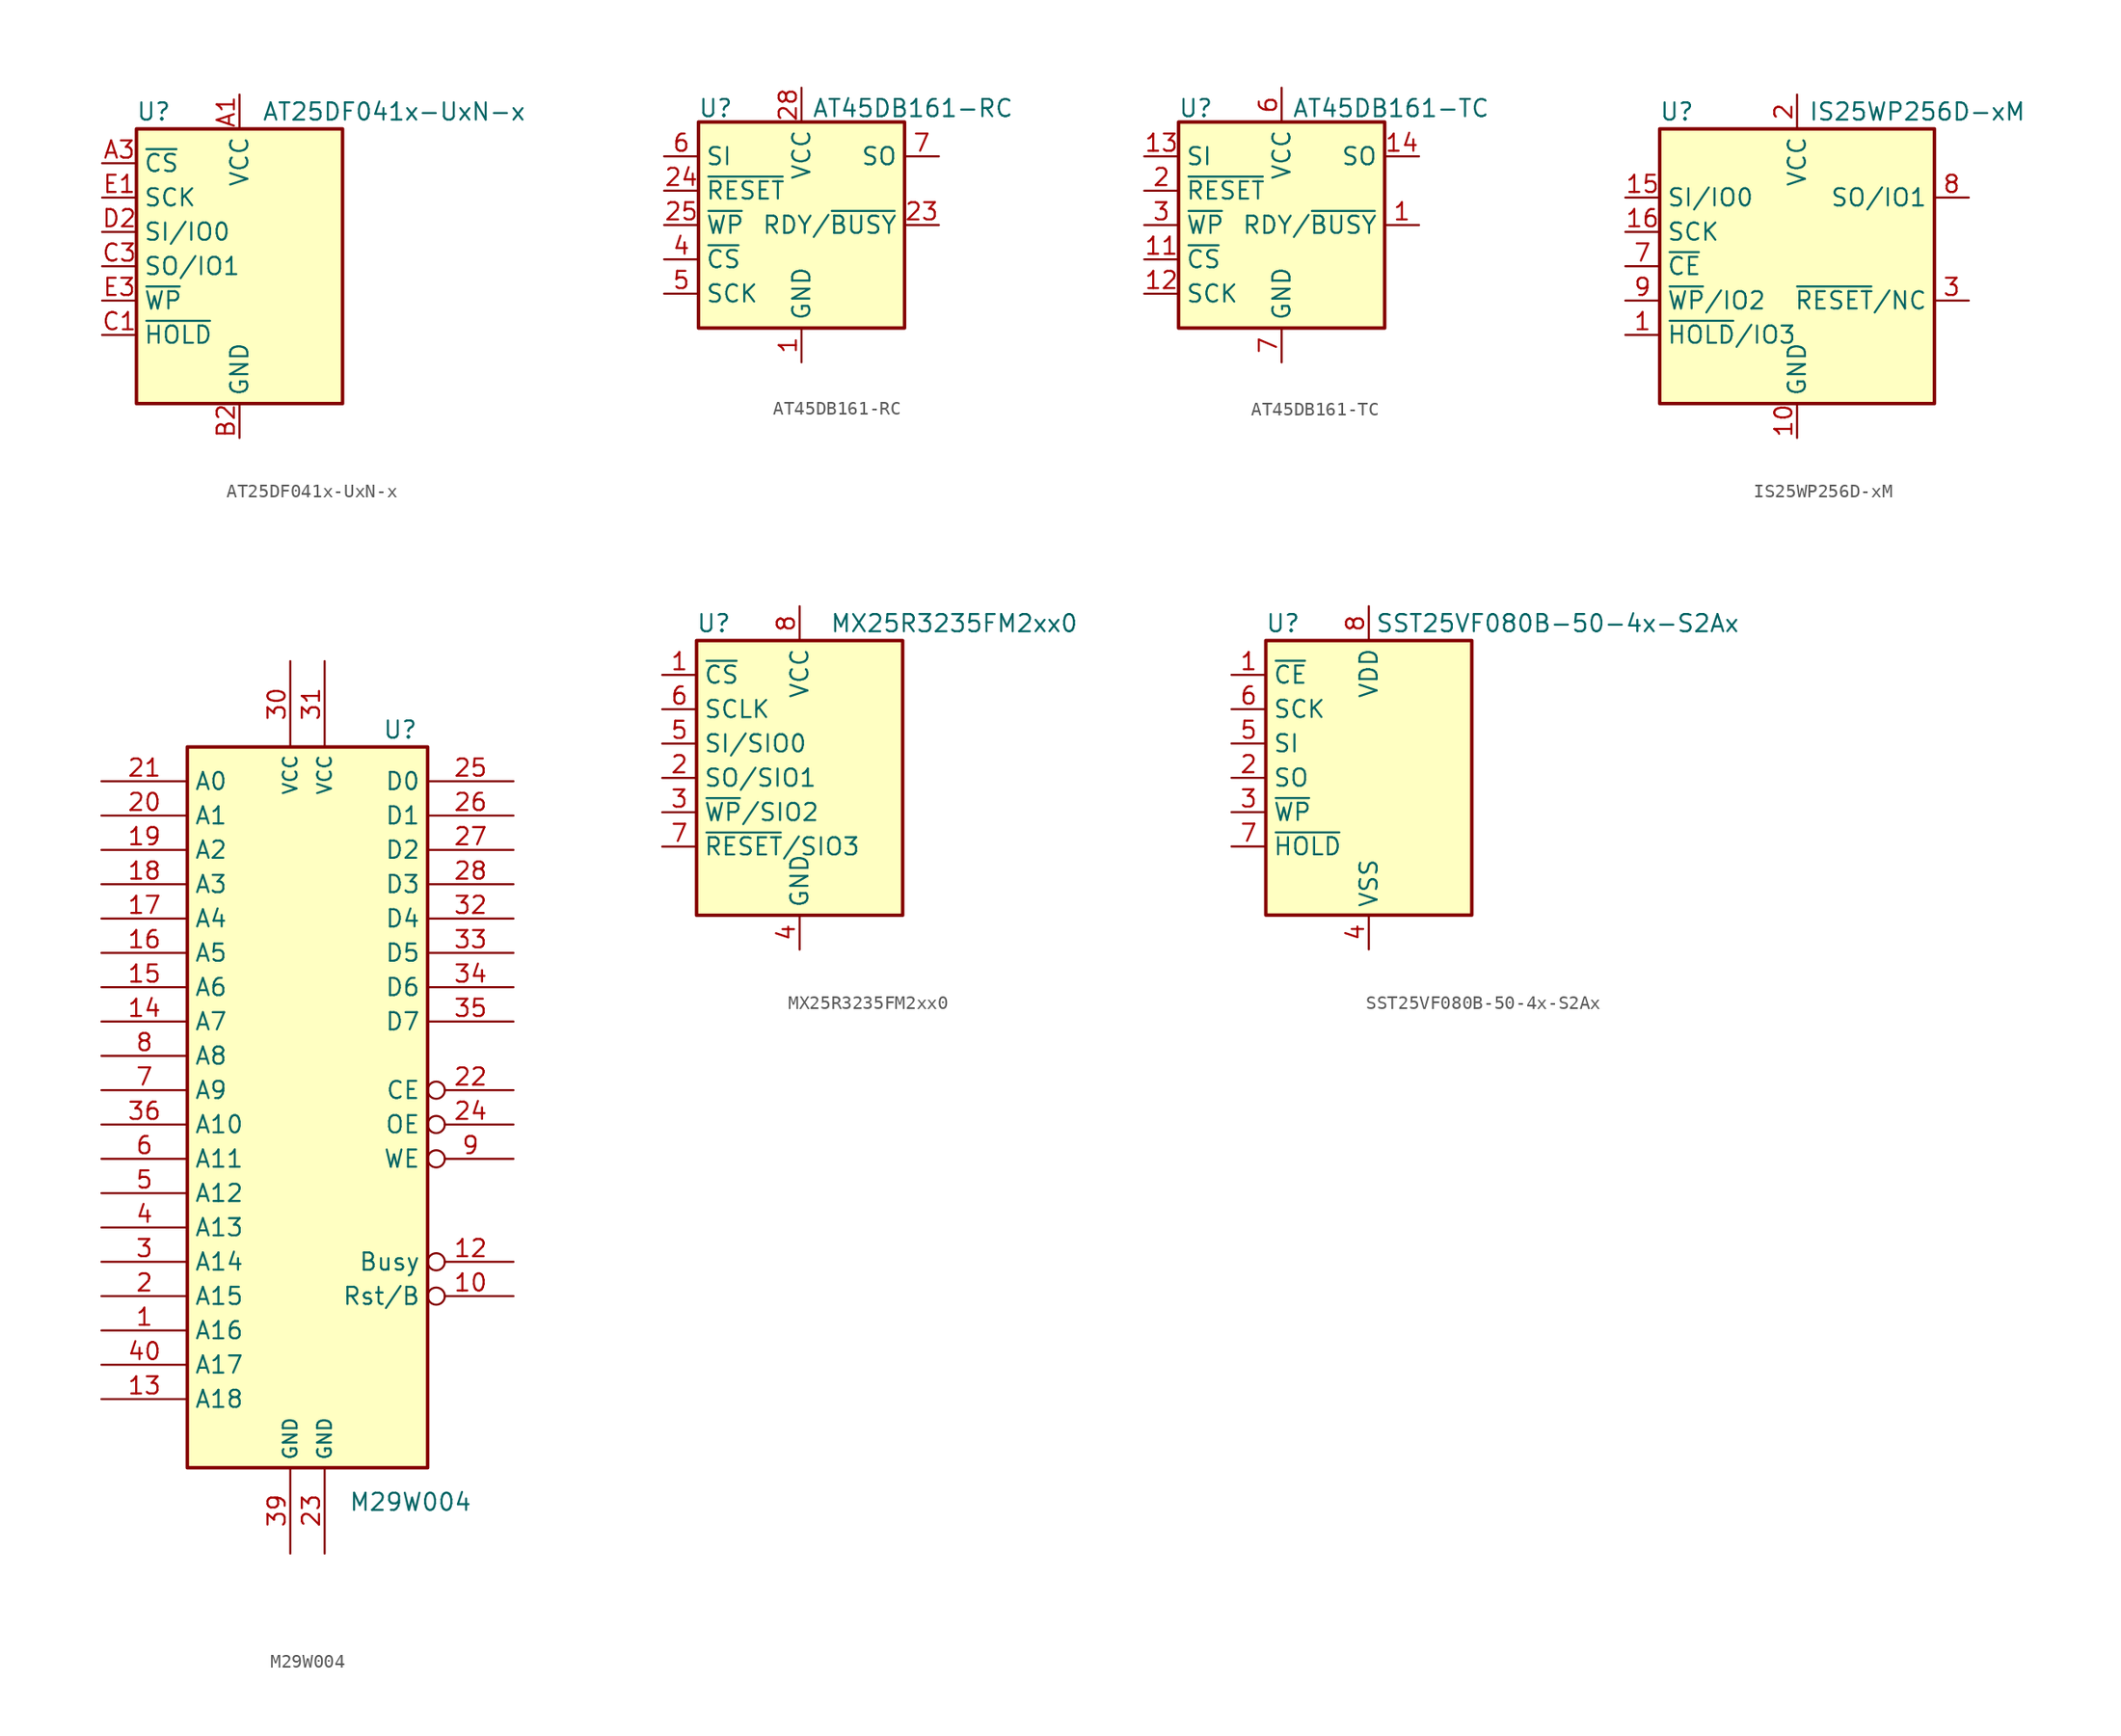
<source format=kicad_sym>
(kicad_symbol_lib
  (version 20220914)
  (generator kicad_symbol_editor)
  (symbol "AT25DF041x-UxN-x"
    (property "Reference" "U"
      (at -6.35 11.43 0)
      (effects (font (size 1.27 1.27))))
    (property "Value" "AT25DF041x-UxN-x"
      (at 11.43 11.43 0)
      (effects (font (size 1.27 1.27))))
    (symbol "AT25DF041x-UxN-x_0_1"
      (rectangle (start -7.62 10.16) (end 7.62 -10.16) (stroke (width 0.254) (type default)) (fill (type background))))
    (symbol "AT25DF041x-UxN-x_1_1"
      (pin power_in line (at 0 12.7 270) (length 2.54) (name "VCC" (effects (font (size 1.27 1.27)))) (number "A1" (effects (font (size 1.27 1.27)))))
      (pin input line (at -10.16 7.62 0) (length 2.54) (name "~{CS}" (effects (font (size 1.27 1.27)))) (number "A3" (effects (font (size 1.27 1.27)))))
      (pin power_in line (at 0 -12.7 90) (length 2.54) (name "GND" (effects (font (size 1.27 1.27)))) (number "B2" (effects (font (size 1.27 1.27)))))
      (pin bidirectional line (at -10.16 -5.08 0) (length 2.54) (name "~{HOLD}" (effects (font (size 1.27 1.27)))) (number "C1" (effects (font (size 1.27 1.27)))))
      (pin bidirectional line (at -10.16 0 0) (length 2.54) (name "SO/IO1" (effects (font (size 1.27 1.27)))) (number "C3" (effects (font (size 1.27 1.27)))))
      (pin bidirectional line (at -10.16 2.54 0) (length 2.54) (name "SI/IO0" (effects (font (size 1.27 1.27)))) (number "D2" (effects (font (size 1.27 1.27)))))
      (pin input line (at -10.16 5.08 0) (length 2.54) (name "SCK" (effects (font (size 1.27 1.27)))) (number "E1" (effects (font (size 1.27 1.27)))))
      (pin bidirectional line (at -10.16 -2.54 0) (length 2.54) (name "~{WP}" (effects (font (size 1.27 1.27)))) (number "E3" (effects (font (size 1.27 1.27)))))))
  (symbol "AT45DB161-RC"
    (property "Reference" "U"
      (at -6.35 8.636 0)
      (effects (font (size 1.27 1.27))))
    (property "Value" "AT45DB161-RC"
      (at 0.762 8.636 0)
      (effects (font (size 1.27 1.27)) (justify left)))
    (symbol "AT45DB161-RC_0_1"
      (rectangle (start -7.62 7.62) (end 7.62 -7.62) (stroke (width 0.254) (type default)) (fill (type background))))
    (symbol "AT45DB161-RC_1_1"
      (pin power_in line (at 0 -10.16 90) (length 2.54) (name "GND" (effects (font (size 1.27 1.27)))) (number "1" (effects (font (size 1.27 1.27)))))
      (pin output line (at 10.16 0 180) (length 2.54) (name "RDY/~{BUSY}" (effects (font (size 1.27 1.27)))) (number "23" (effects (font (size 1.27 1.27)))))
      (pin input line (at -10.16 2.54 0) (length 2.54) (name "~{RESET}" (effects (font (size 1.27 1.27)))) (number "24" (effects (font (size 1.27 1.27)))))
      (pin input line (at -10.16 0 0) (length 2.54) (name "~{WP}" (effects (font (size 1.27 1.27)))) (number "25" (effects (font (size 1.27 1.27)))))
      (pin power_in line (at 0 10.16 270) (length 2.54) (name "VCC" (effects (font (size 1.27 1.27)))) (number "28" (effects (font (size 1.27 1.27)))))
      (pin input line (at -10.16 -2.54 0) (length 2.54) (name "~{CS}" (effects (font (size 1.27 1.27)))) (number "4" (effects (font (size 1.27 1.27)))))
      (pin input line (at -10.16 -5.08 0) (length 2.54) (name "SCK" (effects (font (size 1.27 1.27)))) (number "5" (effects (font (size 1.27 1.27)))))
      (pin input line (at -10.16 5.08 0) (length 2.54) (name "SI" (effects (font (size 1.27 1.27)))) (number "6" (effects (font (size 1.27 1.27)))))
      (pin output line (at 10.16 5.08 180) (length 2.54) (name "SO" (effects (font (size 1.27 1.27)))) (number "7" (effects (font (size 1.27 1.27)))))))
  (symbol "AT45DB161-TC"
    (property "Reference" "U"
      (at -6.35 8.636 0)
      (effects (font (size 1.27 1.27))))
    (property "Value" "AT45DB161-TC"
      (at 0.762 8.636 0)
      (effects (font (size 1.27 1.27)) (justify left)))
    (symbol "AT45DB161-TC_0_1"
      (rectangle (start -7.62 7.62) (end 7.62 -7.62) (stroke (width 0.254) (type default)) (fill (type background))))
    (symbol "AT45DB161-TC_1_1"
      (pin output line (at 10.16 0 180) (length 2.54) (name "RDY/~{BUSY}" (effects (font (size 1.27 1.27)))) (number "1" (effects (font (size 1.27 1.27)))))
      (pin input line (at -10.16 -2.54 0) (length 2.54) (name "~{CS}" (effects (font (size 1.27 1.27)))) (number "11" (effects (font (size 1.27 1.27)))))
      (pin input line (at -10.16 -5.08 0) (length 2.54) (name "SCK" (effects (font (size 1.27 1.27)))) (number "12" (effects (font (size 1.27 1.27)))))
      (pin input line (at -10.16 5.08 0) (length 2.54) (name "SI" (effects (font (size 1.27 1.27)))) (number "13" (effects (font (size 1.27 1.27)))))
      (pin output line (at 10.16 5.08 180) (length 2.54) (name "SO" (effects (font (size 1.27 1.27)))) (number "14" (effects (font (size 1.27 1.27)))))
      (pin input line (at -10.16 2.54 0) (length 2.54) (name "~{RESET}" (effects (font (size 1.27 1.27)))) (number "2" (effects (font (size 1.27 1.27)))))
      (pin input line (at -10.16 0 0) (length 2.54) (name "~{WP}" (effects (font (size 1.27 1.27)))) (number "3" (effects (font (size 1.27 1.27)))))
      (pin power_in line (at 0 10.16 270) (length 2.54) (name "VCC" (effects (font (size 1.27 1.27)))) (number "6" (effects (font (size 1.27 1.27)))))
      (pin power_in line (at 0 -10.16 90) (length 2.54) (name "GND" (effects (font (size 1.27 1.27)))) (number "7" (effects (font (size 1.27 1.27)))))))
  (symbol "IS25WP256D-xM"
    (property "Reference" "U"
      (at -8.89 11.43 0)
      (effects (font (size 1.27 1.27))))
    (property "Value" "IS25WP256D-xM"
      (at 8.89 11.43 0)
      (effects (font (size 1.27 1.27))))
    (symbol "IS25WP256D-xM_0_1"
      (rectangle (start 10.16 -10.16) (end -10.16 10.16) (stroke (width 0.254) (type default)) (fill (type background)))
      (pin bidirectional line (at -12.7 -5.08 0) (length 2.54) (name "~{HOLD}/IO3" (effects (font (size 1.27 1.27)))) (number "1" (effects (font (size 1.27 1.27)))))
      (pin power_in line (at 0 -12.7 90) (length 2.54) (name "GND" (effects (font (size 1.27 1.27)))) (number "10" (effects (font (size 1.27 1.27)))))
      (pin no_connect line (at 10.16 0 180) (length 2.54) hide (name "NC" (effects (font (size 1.27 1.27)))) (number "11" (effects (font (size 1.27 1.27)))))
      (pin no_connect line (at 10.16 -5.08 180) (length 2.54) hide (name "NC" (effects (font (size 1.27 1.27)))) (number "12" (effects (font (size 1.27 1.27)))))
      (pin no_connect line (at 10.16 7.62 180) (length 2.54) hide (name "NC" (effects (font (size 1.27 1.27)))) (number "13" (effects (font (size 1.27 1.27)))))
      (pin no_connect line (at 10.16 -7.62 180) (length 2.54) hide (name "NC" (effects (font (size 1.27 1.27)))) (number "14" (effects (font (size 1.27 1.27)))))
      (pin bidirectional line (at -12.7 5.08 0) (length 2.54) (name "SI/IO0" (effects (font (size 1.27 1.27)))) (number "15" (effects (font (size 1.27 1.27)))))
      (pin input line (at -12.7 2.54 0) (length 2.54) (name "SCK" (effects (font (size 1.27 1.27)))) (number "16" (effects (font (size 1.27 1.27)))))
      (pin power_in line (at 0 12.7 270) (length 2.54) (name "VCC" (effects (font (size 1.27 1.27)))) (number "2" (effects (font (size 1.27 1.27)))))
      (pin input line (at 12.7 -2.54 180) (length 2.54) (name "~{RESET}/NC" (effects (font (size 1.27 1.27)))) (number "3" (effects (font (size 1.27 1.27)))))
      (pin no_connect line (at -10.16 7.62 0) (length 2.54) hide (name "NC" (effects (font (size 1.27 1.27)))) (number "4" (effects (font (size 1.27 1.27)))))
      (pin no_connect line (at -10.16 -7.62 0) (length 2.54) hide (name "NC" (effects (font (size 1.27 1.27)))) (number "5" (effects (font (size 1.27 1.27)))))
      (pin no_connect line (at 10.16 2.54 180) (length 2.54) hide (name "NC" (effects (font (size 1.27 1.27)))) (number "6" (effects (font (size 1.27 1.27)))))
      (pin input line (at -12.7 0 0) (length 2.54) (name "~{CE}" (effects (font (size 1.27 1.27)))) (number "7" (effects (font (size 1.27 1.27)))))
      (pin bidirectional line (at 12.7 5.08 180) (length 2.54) (name "SO/IO1" (effects (font (size 1.27 1.27)))) (number "8" (effects (font (size 1.27 1.27)))))
      (pin bidirectional line (at -12.7 -2.54 0) (length 2.54) (name "~{WP}/IO2" (effects (font (size 1.27 1.27)))) (number "9" (effects (font (size 1.27 1.27)))))))
  (symbol "M29W004"
    (property "Reference" "U"
      (at 6.858 27.94 0)
      (effects (font (size 1.27 1.27))))
    (property "Value" "M29W004"
      (at 7.62 -29.21 0)
      (effects (font (size 1.27 1.27))))
    (symbol "M29W004_0_1"
      (rectangle (start -8.89 26.67) (end 8.89 -26.67) (stroke (width 0.254) (type default)) (fill (type background))))
    (symbol "M29W004_1_1"
      (pin input line (at -15.24 -16.51 0) (length 6.35) (name "A16" (effects (font (size 1.27 1.27)))) (number "1" (effects (font (size 1.27 1.27)))))
      (pin input inverted (at 15.24 -13.97 180) (length 6.35) (name "Rst/B" (effects (font (size 1.27 1.27)))) (number "10" (effects (font (size 1.27 1.27)))))
      (pin output inverted (at 15.24 -11.43 180) (length 6.35) (name "Busy" (effects (font (size 1.27 1.27)))) (number "12" (effects (font (size 1.27 1.27)))))
      (pin input line (at -15.24 -21.59 0) (length 6.35) (name "A18" (effects (font (size 1.27 1.27)))) (number "13" (effects (font (size 1.27 1.27)))))
      (pin input line (at -15.24 6.35 0) (length 6.35) (name "A7" (effects (font (size 1.27 1.27)))) (number "14" (effects (font (size 1.27 1.27)))))
      (pin input line (at -15.24 8.89 0) (length 6.35) (name "A6" (effects (font (size 1.27 1.27)))) (number "15" (effects (font (size 1.27 1.27)))))
      (pin input line (at -15.24 11.43 0) (length 6.35) (name "A5" (effects (font (size 1.27 1.27)))) (number "16" (effects (font (size 1.27 1.27)))))
      (pin input line (at -15.24 13.97 0) (length 6.35) (name "A4" (effects (font (size 1.27 1.27)))) (number "17" (effects (font (size 1.27 1.27)))))
      (pin input line (at -15.24 16.51 0) (length 6.35) (name "A3" (effects (font (size 1.27 1.27)))) (number "18" (effects (font (size 1.27 1.27)))))
      (pin input line (at -15.24 19.05 0) (length 6.35) (name "A2" (effects (font (size 1.27 1.27)))) (number "19" (effects (font (size 1.27 1.27)))))
      (pin input line (at -15.24 -13.97 0) (length 6.35) (name "A15" (effects (font (size 1.27 1.27)))) (number "2" (effects (font (size 1.27 1.27)))))
      (pin input line (at -15.24 21.59 0) (length 6.35) (name "A1" (effects (font (size 1.27 1.27)))) (number "20" (effects (font (size 1.27 1.27)))))
      (pin input line (at -15.24 24.13 0) (length 6.35) (name "A0" (effects (font (size 1.27 1.27)))) (number "21" (effects (font (size 1.27 1.27)))))
      (pin input inverted (at 15.24 1.27 180) (length 6.35) (name "CE" (effects (font (size 1.27 1.27)))) (number "22" (effects (font (size 1.27 1.27)))))
      (pin power_in line (at 1.27 -33.02 90) (length 6.35) (name "GND" (effects (font (size 1.016 1.016)))) (number "23" (effects (font (size 1.27 1.27)))))
      (pin input inverted (at 15.24 -1.27 180) (length 6.35) (name "OE" (effects (font (size 1.27 1.27)))) (number "24" (effects (font (size 1.27 1.27)))))
      (pin tri_state line (at 15.24 24.13 180) (length 6.35) (name "D0" (effects (font (size 1.27 1.27)))) (number "25" (effects (font (size 1.27 1.27)))))
      (pin tri_state line (at 15.24 21.59 180) (length 6.35) (name "D1" (effects (font (size 1.27 1.27)))) (number "26" (effects (font (size 1.27 1.27)))))
      (pin tri_state line (at 15.24 19.05 180) (length 6.35) (name "D2" (effects (font (size 1.27 1.27)))) (number "27" (effects (font (size 1.27 1.27)))))
      (pin tri_state line (at 15.24 16.51 180) (length 6.35) (name "D3" (effects (font (size 1.27 1.27)))) (number "28" (effects (font (size 1.27 1.27)))))
      (pin input line (at -15.24 -11.43 0) (length 6.35) (name "A14" (effects (font (size 1.27 1.27)))) (number "3" (effects (font (size 1.27 1.27)))))
      (pin power_in line (at -1.27 33.02 270) (length 6.35) (name "VCC" (effects (font (size 1.016 1.016)))) (number "30" (effects (font (size 1.27 1.27)))))
      (pin power_in line (at 1.27 33.02 270) (length 6.35) (name "VCC" (effects (font (size 1.016 1.016)))) (number "31" (effects (font (size 1.27 1.27)))))
      (pin tri_state line (at 15.24 13.97 180) (length 6.35) (name "D4" (effects (font (size 1.27 1.27)))) (number "32" (effects (font (size 1.27 1.27)))))
      (pin tri_state line (at 15.24 11.43 180) (length 6.35) (name "D5" (effects (font (size 1.27 1.27)))) (number "33" (effects (font (size 1.27 1.27)))))
      (pin tri_state line (at 15.24 8.89 180) (length 6.35) (name "D6" (effects (font (size 1.27 1.27)))) (number "34" (effects (font (size 1.27 1.27)))))
      (pin tri_state line (at 15.24 6.35 180) (length 6.35) (name "D7" (effects (font (size 1.27 1.27)))) (number "35" (effects (font (size 1.27 1.27)))))
      (pin input line (at -15.24 -1.27 0) (length 6.35) (name "A10" (effects (font (size 1.27 1.27)))) (number "36" (effects (font (size 1.27 1.27)))))
      (pin power_in line (at -1.27 -33.02 90) (length 6.35) (name "GND" (effects (font (size 1.016 1.016)))) (number "39" (effects (font (size 1.27 1.27)))))
      (pin input line (at -15.24 -8.89 0) (length 6.35) (name "A13" (effects (font (size 1.27 1.27)))) (number "4" (effects (font (size 1.27 1.27)))))
      (pin input line (at -15.24 -19.05 0) (length 6.35) (name "A17" (effects (font (size 1.27 1.27)))) (number "40" (effects (font (size 1.27 1.27)))))
      (pin input line (at -15.24 -6.35 0) (length 6.35) (name "A12" (effects (font (size 1.27 1.27)))) (number "5" (effects (font (size 1.27 1.27)))))
      (pin input line (at -15.24 -3.81 0) (length 6.35) (name "A11" (effects (font (size 1.27 1.27)))) (number "6" (effects (font (size 1.27 1.27)))))
      (pin input line (at -15.24 1.27 0) (length 6.35) (name "A9" (effects (font (size 1.27 1.27)))) (number "7" (effects (font (size 1.27 1.27)))))
      (pin input line (at -15.24 3.81 0) (length 6.35) (name "A8" (effects (font (size 1.27 1.27)))) (number "8" (effects (font (size 1.27 1.27)))))
      (pin input inverted (at 15.24 -3.81 180) (length 6.35) (name "WE" (effects (font (size 1.27 1.27)))) (number "9" (effects (font (size 1.27 1.27)))))))
  (symbol "MX25R3235FM2xx0"
    (property "Reference" "U"
      (at -6.35 11.43 0)
      (effects (font (size 1.27 1.27))))
    (property "Value" "MX25R3235FM2xx0"
      (at 11.43 11.43 0)
      (effects (font (size 1.27 1.27))))
    (symbol "MX25R3235FM2xx0_0_1"
      (rectangle (start -7.62 10.16) (end 7.62 -10.16) (stroke (width 0.254) (type default)) (fill (type background))))
    (symbol "MX25R3235FM2xx0_1_1"
      (pin input line (at -10.16 7.62 0) (length 2.54) (name "~{CS}" (effects (font (size 1.27 1.27)))) (number "1" (effects (font (size 1.27 1.27)))))
      (pin bidirectional line (at -10.16 0 0) (length 2.54) (name "SO/SIO1" (effects (font (size 1.27 1.27)))) (number "2" (effects (font (size 1.27 1.27)))))
      (pin bidirectional line (at -10.16 -2.54 0) (length 2.54) (name "~{WP}/SIO2" (effects (font (size 1.27 1.27)))) (number "3" (effects (font (size 1.27 1.27)))))
      (pin power_in line (at 0 -12.7 90) (length 2.54) (name "GND" (effects (font (size 1.27 1.27)))) (number "4" (effects (font (size 1.27 1.27)))))
      (pin bidirectional line (at -10.16 2.54 0) (length 2.54) (name "SI/SIO0" (effects (font (size 1.27 1.27)))) (number "5" (effects (font (size 1.27 1.27)))))
      (pin input line (at -10.16 5.08 0) (length 2.54) (name "SCLK" (effects (font (size 1.27 1.27)))) (number "6" (effects (font (size 1.27 1.27)))))
      (pin bidirectional line (at -10.16 -5.08 0) (length 2.54) (name "~{RESET}/SIO3" (effects (font (size 1.27 1.27)))) (number "7" (effects (font (size 1.27 1.27)))))
      (pin power_in line (at 0 12.7 270) (length 2.54) (name "VCC" (effects (font (size 1.27 1.27)))) (number "8" (effects (font (size 1.27 1.27)))))))
  (symbol "SST25VF080B-50-4x-S2Ax"
    (property "Reference" "U"
      (at -6.35 11.43 0)
      (effects (font (size 1.27 1.27))))
    (property "Value" "SST25VF080B-50-4x-S2Ax"
      (at 13.97 11.43 0)
      (effects (font (size 1.27 1.27))))
    (symbol "SST25VF080B-50-4x-S2Ax_0_1"
      (rectangle (start -7.62 10.16) (end 7.62 -10.16) (stroke (width 0.254) (type default)) (fill (type background))))
    (symbol "SST25VF080B-50-4x-S2Ax_1_1"
      (pin input line (at -10.16 7.62 0) (length 2.54) (name "~{CE}" (effects (font (size 1.27 1.27)))) (number "1" (effects (font (size 1.27 1.27)))))
      (pin output line (at -10.16 0 0) (length 2.54) (name "SO" (effects (font (size 1.27 1.27)))) (number "2" (effects (font (size 1.27 1.27)))))
      (pin input line (at -10.16 -2.54 0) (length 2.54) (name "~{WP}" (effects (font (size 1.27 1.27)))) (number "3" (effects (font (size 1.27 1.27)))))
      (pin power_in line (at 0 -12.7 90) (length 2.54) (name "VSS" (effects (font (size 1.27 1.27)))) (number "4" (effects (font (size 1.27 1.27)))))
      (pin input line (at -10.16 2.54 0) (length 2.54) (name "SI" (effects (font (size 1.27 1.27)))) (number "5" (effects (font (size 1.27 1.27)))))
      (pin input line (at -10.16 5.08 0) (length 2.54) (name "SCK" (effects (font (size 1.27 1.27)))) (number "6" (effects (font (size 1.27 1.27)))))
      (pin input line (at -10.16 -5.08 0) (length 2.54) (name "~{HOLD}" (effects (font (size 1.27 1.27)))) (number "7" (effects (font (size 1.27 1.27)))))
      (pin power_in line (at 0 12.7 270) (length 2.54) (name "VDD" (effects (font (size 1.27 1.27)))) (number "8" (effects (font (size 1.27 1.27))))))))
</source>
